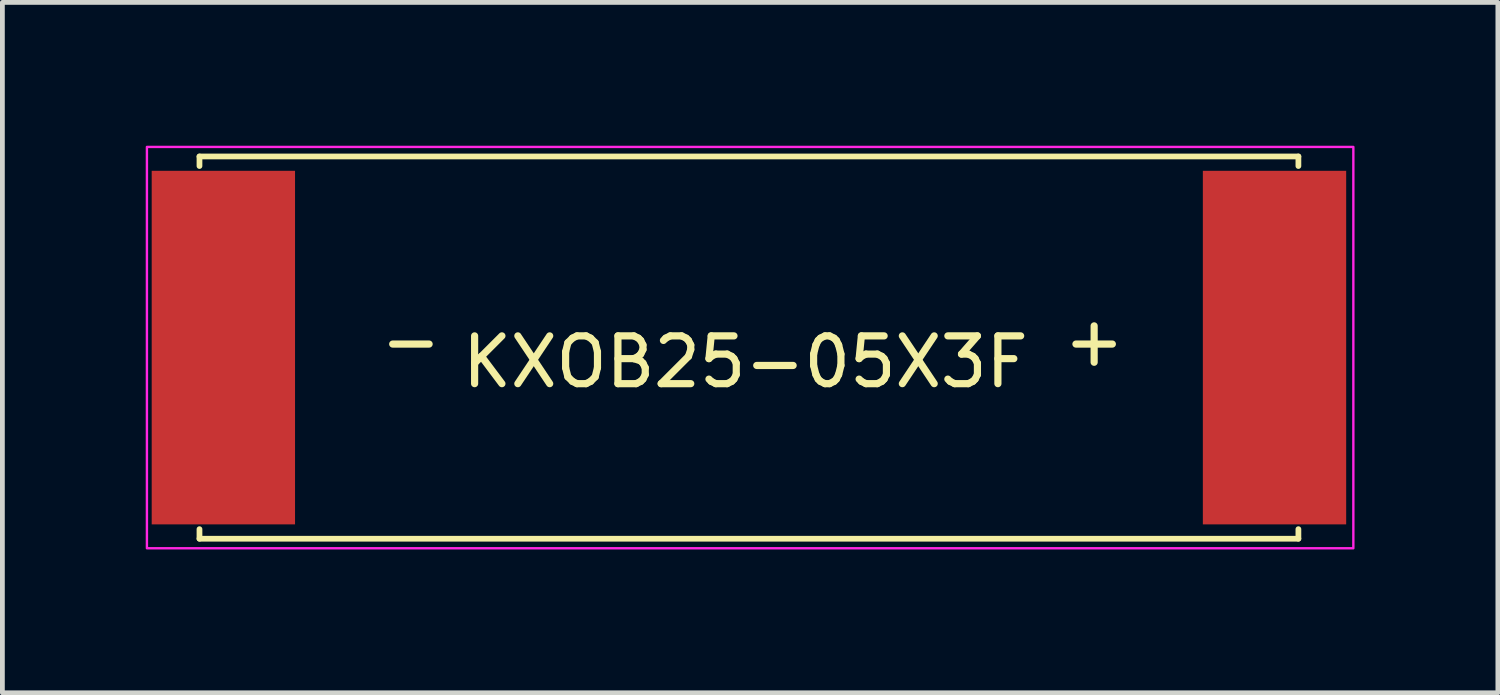
<source format=kicad_pcb>
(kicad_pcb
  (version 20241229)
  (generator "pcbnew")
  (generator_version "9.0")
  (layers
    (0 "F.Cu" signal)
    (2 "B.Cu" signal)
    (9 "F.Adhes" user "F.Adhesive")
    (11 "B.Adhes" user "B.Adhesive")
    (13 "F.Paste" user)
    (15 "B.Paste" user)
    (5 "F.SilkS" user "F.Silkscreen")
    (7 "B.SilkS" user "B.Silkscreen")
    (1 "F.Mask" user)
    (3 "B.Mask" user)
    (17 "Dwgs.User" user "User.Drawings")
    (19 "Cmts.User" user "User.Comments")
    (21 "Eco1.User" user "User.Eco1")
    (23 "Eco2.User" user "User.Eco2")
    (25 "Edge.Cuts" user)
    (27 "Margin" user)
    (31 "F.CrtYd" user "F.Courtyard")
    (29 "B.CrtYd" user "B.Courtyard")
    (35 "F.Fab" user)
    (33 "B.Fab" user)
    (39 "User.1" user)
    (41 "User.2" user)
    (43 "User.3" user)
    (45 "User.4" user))
  (footprint "KXOB25-05X3F"
    (layer "F.Cu")
    (at 12.65 4.225)
    (property "Reference" "KXOB25-05X3F" (at -0.1 0.3 0) (unlocked yes) (layer "F.SilkS") (effects (font (size 1 1) (thickness 0.15))))
    (attr smd)
    (fp_line (start -11.525 -4) (end -11.525 -3.8) (stroke (width 0.12) (type solid)) (layer "F.SilkS"))
    (fp_line (start -11.525 -4) (end 11.475 -4) (stroke (width 0.12) (type solid)) (layer "F.SilkS"))
    (fp_line (start -11.525 4) (end -11.525 3.8) (stroke (width 0.12) (type solid)) (layer "F.SilkS"))
    (fp_line (start 11.475 -4) (end 11.475 -3.8) (stroke (width 0.12) (type solid)) (layer "F.SilkS"))
    (fp_line (start 11.475 4) (end -11.525 4) (stroke (width 0.12) (type solid)) (layer "F.SilkS"))
    (fp_line (start 11.475 4) (end 11.475 3.8) (stroke (width 0.12) (type solid)) (layer "F.SilkS"))
    (fp_rect (start 12.625 4.2) (end -12.625 -4.2) (stroke (width 0.05) (type solid)) (fill no) (layer "F.CrtYd"))
    (fp_text user "+" (at 7.2 0 180) (unlocked yes) (layer "F.SilkS") (effects (font (size 1 1) (thickness 0.15))))
    (fp_text user "-" (at -7.1 0 180) (unlocked yes) (layer "F.SilkS") (effects (font (size 1 1) (thickness 0.15))))
    (pad "1" smd rect (at 10.975 0 180) (size 3 7.4) (layers "F.Cu" "F.Mask" "F.Paste"))
    (pad "2" smd rect (at -11.025 0 180) (size 3 7.4) (layers "F.Cu" "F.Mask" "F.Paste")))
  (gr_rect
    (start -3 -3)
    (end 28.3 11.45)
    (stroke (width 0.1) (type default))
    (fill no)
    (layer "Edge.Cuts")))
</source>
